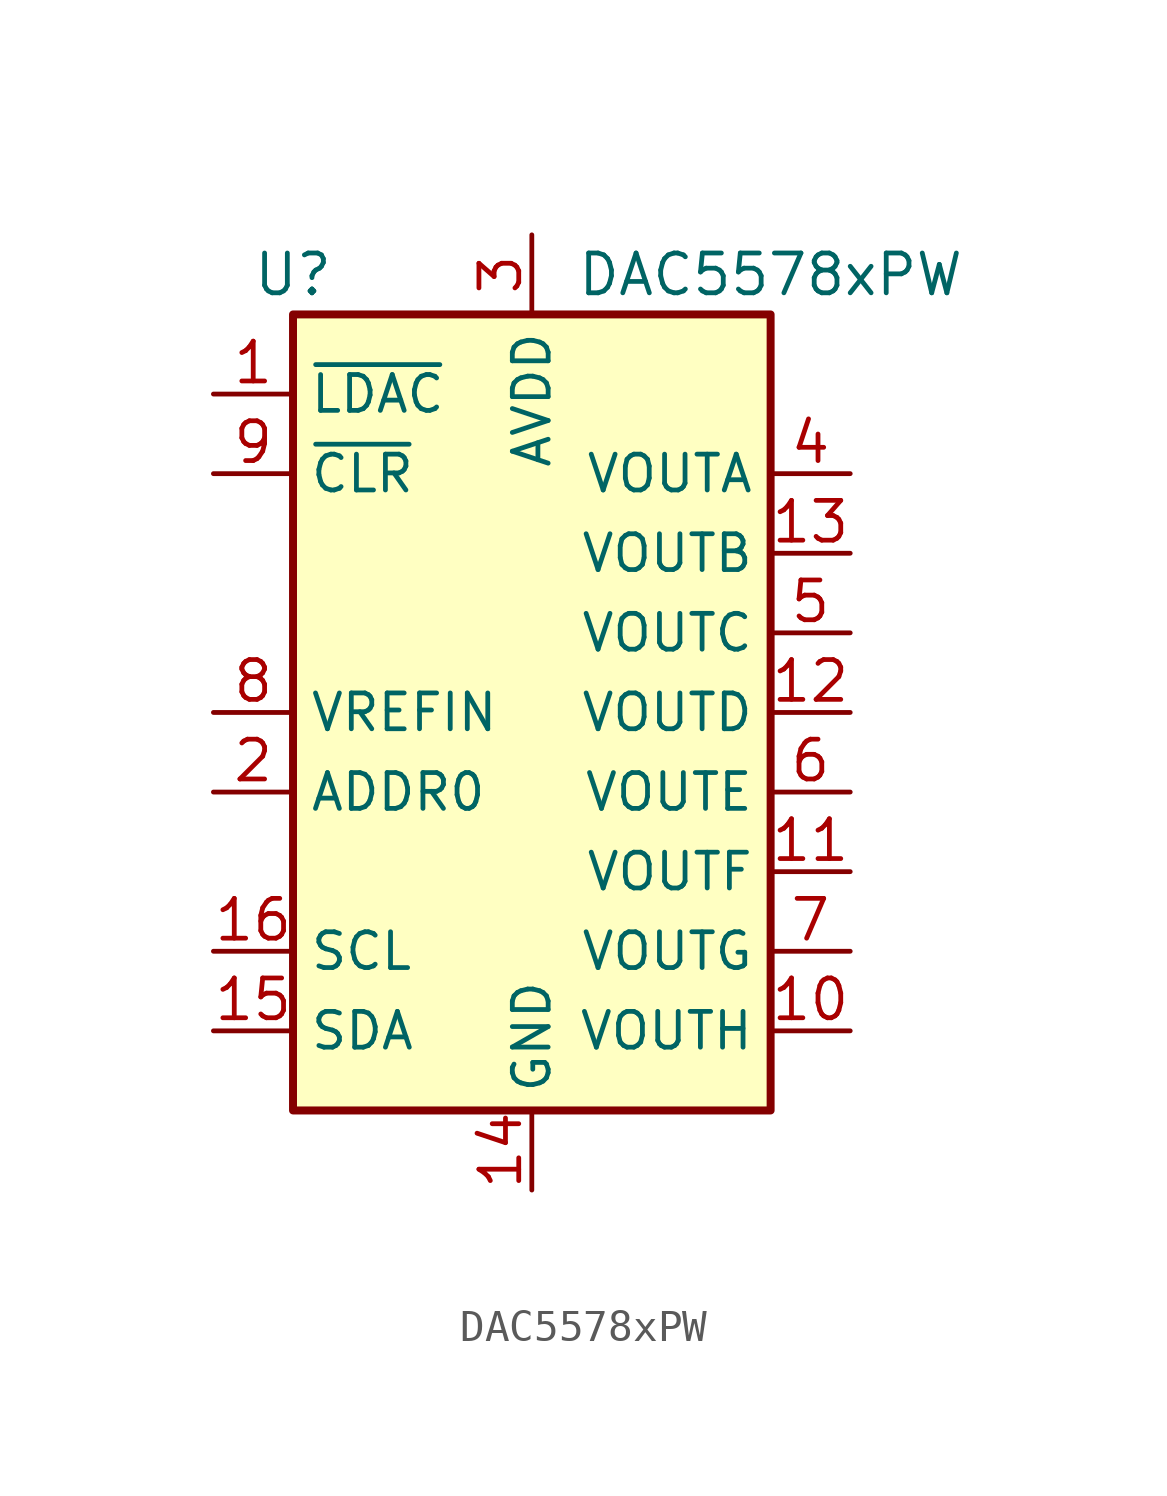
<source format=kicad_sym>
(kicad_symbol_lib
  (version 20211014)
  (generator kicad_symbol_editor)
  (symbol "DAC5578xPW"
    (property "Reference" "U"
      (at -7.62 13.97 0)
      (effects (font (size 1.27 1.27))))
    (property "Value" "DAC5578xPW"
      (at 7.62 13.97 0)
      (effects (font (size 1.27 1.27))))
    (symbol "DAC5578xPW_0_1"
      (rectangle (start -7.62 12.7) (end 7.62 -12.7) (stroke (width 0.254) (type default) (color 0 0 0 0)) (fill (type background))))
    (symbol "DAC5578xPW_1_1"
      (pin input line (at -10.16 10.16 0) (length 2.54) (name "~{LDAC}" (effects (font (size 1.143 1.143)))) (number "1" (effects (font (size 1.27 1.27)))))
      (pin output line (at 10.16 -10.16 180) (length 2.54) (name "VOUTH" (effects (font (size 1.143 1.143)))) (number "10" (effects (font (size 1.27 1.27)))))
      (pin output line (at 10.16 -5.08 180) (length 2.54) (name "VOUTF" (effects (font (size 1.143 1.143)))) (number "11" (effects (font (size 1.27 1.27)))))
      (pin output line (at 10.16 0 180) (length 2.54) (name "VOUTD" (effects (font (size 1.143 1.143)))) (number "12" (effects (font (size 1.27 1.27)))))
      (pin output line (at 10.16 5.08 180) (length 2.54) (name "VOUTB" (effects (font (size 1.143 1.143)))) (number "13" (effects (font (size 1.27 1.27)))))
      (pin power_in line (at 0 -15.24 90) (length 2.54) (name "GND" (effects (font (size 1.143 1.143)))) (number "14" (effects (font (size 1.27 1.27)))))
      (pin bidirectional line (at -10.16 -10.16 0) (length 2.54) (name "SDA" (effects (font (size 1.143 1.143)))) (number "15" (effects (font (size 1.27 1.27)))))
      (pin input line (at -10.16 -7.62 0) (length 2.54) (name "SCL" (effects (font (size 1.143 1.143)))) (number "16" (effects (font (size 1.27 1.27)))))
      (pin input line (at -10.16 -2.54 0) (length 2.54) (name "ADDR0" (effects (font (size 1.143 1.143)))) (number "2" (effects (font (size 1.27 1.27)))))
      (pin power_in line (at 0 15.24 270) (length 2.54) (name "AVDD" (effects (font (size 1.143 1.143)))) (number "3" (effects (font (size 1.27 1.27)))))
      (pin output line (at 10.16 7.62 180) (length 2.54) (name "VOUTA" (effects (font (size 1.143 1.143)))) (number "4" (effects (font (size 1.27 1.27)))))
      (pin output line (at 10.16 2.54 180) (length 2.54) (name "VOUTC" (effects (font (size 1.143 1.143)))) (number "5" (effects (font (size 1.27 1.27)))))
      (pin output line (at 10.16 -2.54 180) (length 2.54) (name "VOUTE" (effects (font (size 1.143 1.143)))) (number "6" (effects (font (size 1.27 1.27)))))
      (pin output line (at 10.16 -7.62 180) (length 2.54) (name "VOUTG" (effects (font (size 1.143 1.143)))) (number "7" (effects (font (size 1.27 1.27)))))
      (pin input line (at -10.16 0 0) (length 2.54) (name "VREFIN" (effects (font (size 1.143 1.143)))) (number "8" (effects (font (size 1.27 1.27)))))
      (pin input line (at -10.16 7.62 0) (length 2.54) (name "~{CLR}" (effects (font (size 1.143 1.143)))) (number "9" (effects (font (size 1.27 1.27))))))))
</source>
